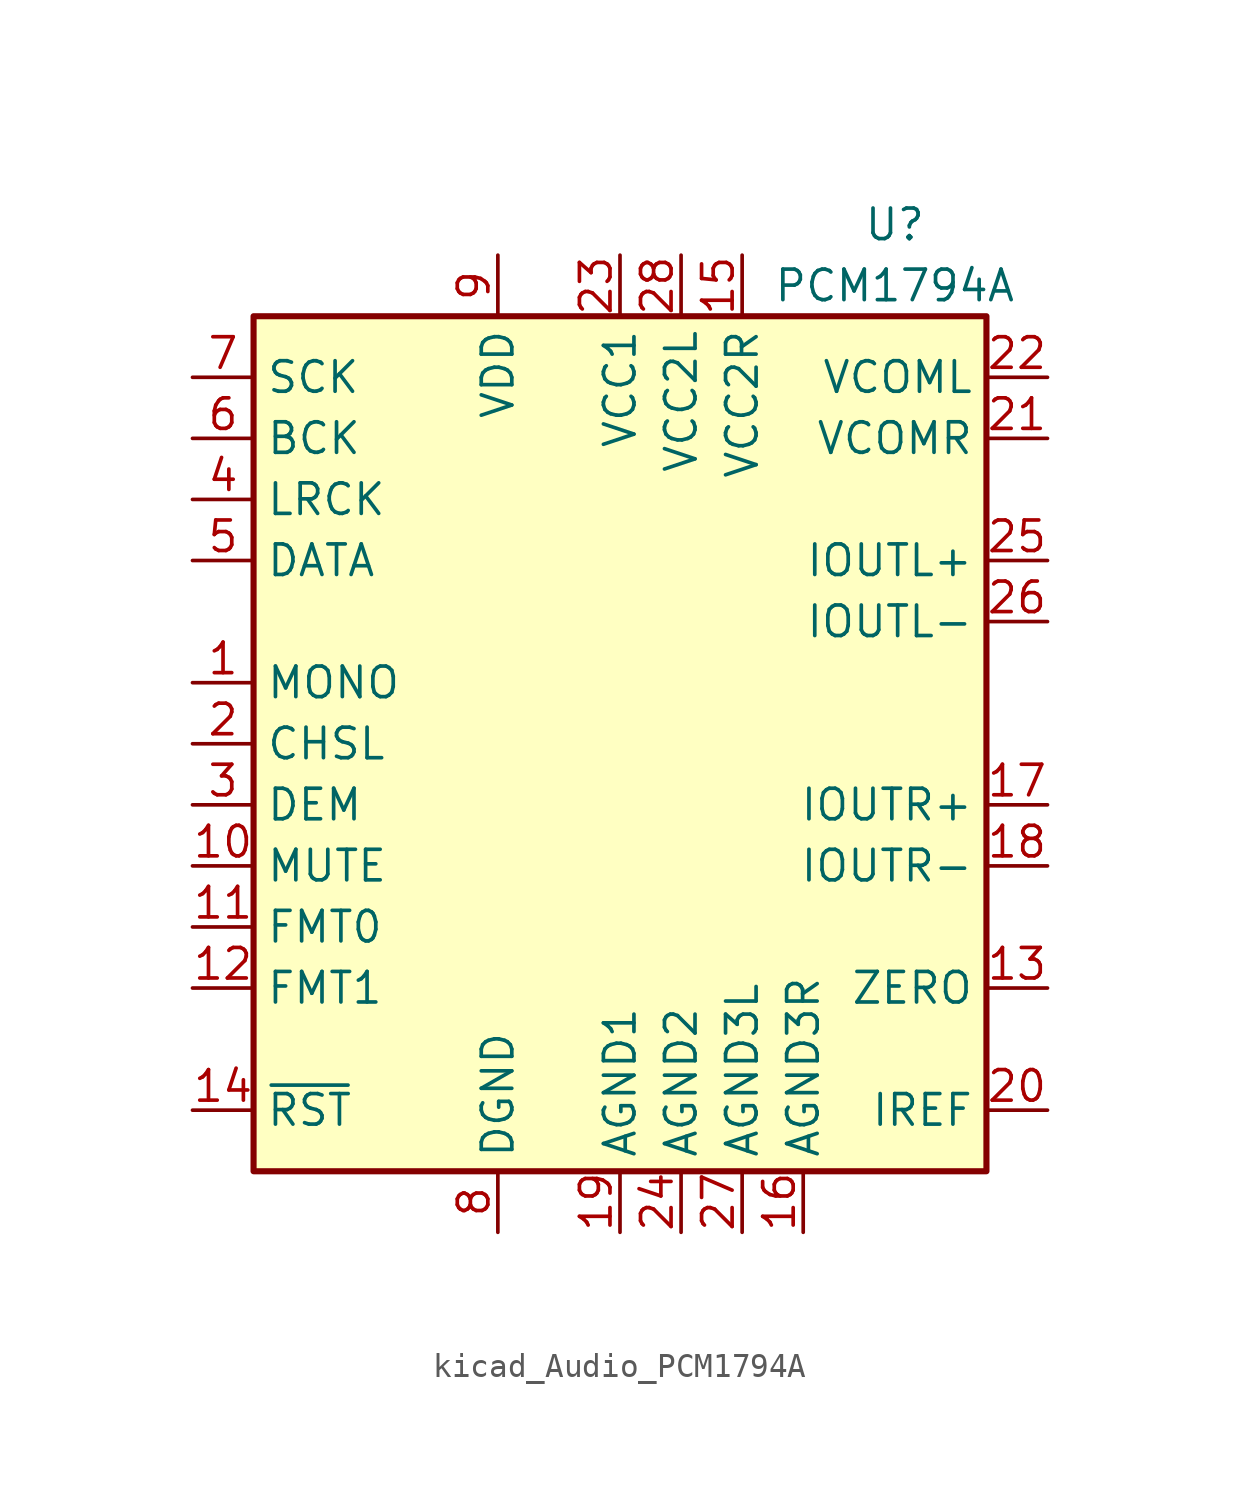
<source format=kicad_sym>
(kicad_symbol_lib
  (version 20220914)
  (generator kicad_symbol_editor)
  (symbol "kicad_Audio_PCM1794A"
    (property "Reference" "U"
      (at 11.43 21.59 0)
      (effects (font (size 1.27 1.27))))
    (property "Value" "PCM1794A"
      (at 11.43 19.05 0)
      (effects (font (size 1.27 1.27))))
    (symbol "kicad_Audio_PCM1794A_0_1"
      (rectangle (start -15.24 17.78) (end 15.24 -17.78) (stroke (width 0.254) (type default)) (fill (type background))))
    (symbol "kicad_Audio_PCM1794A_1_1"
      (pin input line (at -17.78 2.54 0) (length 2.54) (name "MONO" (effects (font (size 1.27 1.27)))) (number "1" (effects (font (size 1.27 1.27)))))
      (pin input line (at -17.78 -5.08 0) (length 2.54) (name "MUTE" (effects (font (size 1.27 1.27)))) (number "10" (effects (font (size 1.27 1.27)))))
      (pin input line (at -17.78 -7.62 0) (length 2.54) (name "FMT0" (effects (font (size 1.27 1.27)))) (number "11" (effects (font (size 1.27 1.27)))))
      (pin input line (at -17.78 -10.16 0) (length 2.54) (name "FMT1" (effects (font (size 1.27 1.27)))) (number "12" (effects (font (size 1.27 1.27)))))
      (pin open_collector line (at 17.78 -10.16 180) (length 2.54) (name "ZERO" (effects (font (size 1.27 1.27)))) (number "13" (effects (font (size 1.27 1.27)))))
      (pin input line (at -17.78 -15.24 0) (length 2.54) (name "~{RST}" (effects (font (size 1.27 1.27)))) (number "14" (effects (font (size 1.27 1.27)))))
      (pin power_in line (at 5.08 20.32 270) (length 2.54) (name "VCC2R" (effects (font (size 1.27 1.27)))) (number "15" (effects (font (size 1.27 1.27)))))
      (pin power_in line (at 7.62 -20.32 90) (length 2.54) (name "AGND3R" (effects (font (size 1.27 1.27)))) (number "16" (effects (font (size 1.27 1.27)))))
      (pin output line (at 17.78 -2.54 180) (length 2.54) (name "IOUTR+" (effects (font (size 1.27 1.27)))) (number "17" (effects (font (size 1.27 1.27)))))
      (pin output line (at 17.78 -5.08 180) (length 2.54) (name "IOUTR-" (effects (font (size 1.27 1.27)))) (number "18" (effects (font (size 1.27 1.27)))))
      (pin power_in line (at 0 -20.32 90) (length 2.54) (name "AGND1" (effects (font (size 1.27 1.27)))) (number "19" (effects (font (size 1.27 1.27)))))
      (pin input line (at -17.78 0 0) (length 2.54) (name "CHSL" (effects (font (size 1.27 1.27)))) (number "2" (effects (font (size 1.27 1.27)))))
      (pin passive line (at 17.78 -15.24 180) (length 2.54) (name "IREF" (effects (font (size 1.27 1.27)))) (number "20" (effects (font (size 1.27 1.27)))))
      (pin output line (at 17.78 12.7 180) (length 2.54) (name "VCOMR" (effects (font (size 1.27 1.27)))) (number "21" (effects (font (size 1.27 1.27)))))
      (pin passive line (at 17.78 15.24 180) (length 2.54) (name "VCOML" (effects (font (size 1.27 1.27)))) (number "22" (effects (font (size 1.27 1.27)))))
      (pin power_in line (at 0 20.32 270) (length 2.54) (name "VCC1" (effects (font (size 1.27 1.27)))) (number "23" (effects (font (size 1.27 1.27)))))
      (pin power_in line (at 2.54 -20.32 90) (length 2.54) (name "AGND2" (effects (font (size 1.27 1.27)))) (number "24" (effects (font (size 1.27 1.27)))))
      (pin output line (at 17.78 7.62 180) (length 2.54) (name "IOUTL+" (effects (font (size 1.27 1.27)))) (number "25" (effects (font (size 1.27 1.27)))))
      (pin output line (at 17.78 5.08 180) (length 2.54) (name "IOUTL-" (effects (font (size 1.27 1.27)))) (number "26" (effects (font (size 1.27 1.27)))))
      (pin power_in line (at 5.08 -20.32 90) (length 2.54) (name "AGND3L" (effects (font (size 1.27 1.27)))) (number "27" (effects (font (size 1.27 1.27)))))
      (pin power_in line (at 2.54 20.32 270) (length 2.54) (name "VCC2L" (effects (font (size 1.27 1.27)))) (number "28" (effects (font (size 1.27 1.27)))))
      (pin input line (at -17.78 -2.54 0) (length 2.54) (name "DEM" (effects (font (size 1.27 1.27)))) (number "3" (effects (font (size 1.27 1.27)))))
      (pin input line (at -17.78 10.16 0) (length 2.54) (name "LRCK" (effects (font (size 1.27 1.27)))) (number "4" (effects (font (size 1.27 1.27)))))
      (pin input line (at -17.78 7.62 0) (length 2.54) (name "DATA" (effects (font (size 1.27 1.27)))) (number "5" (effects (font (size 1.27 1.27)))))
      (pin input line (at -17.78 12.7 0) (length 2.54) (name "BCK" (effects (font (size 1.27 1.27)))) (number "6" (effects (font (size 1.27 1.27)))))
      (pin input line (at -17.78 15.24 0) (length 2.54) (name "SCK" (effects (font (size 1.27 1.27)))) (number "7" (effects (font (size 1.27 1.27)))))
      (pin power_in line (at -5.08 -20.32 90) (length 2.54) (name "DGND" (effects (font (size 1.27 1.27)))) (number "8" (effects (font (size 1.27 1.27)))))
      (pin power_in line (at -5.08 20.32 270) (length 2.54) (name "VDD" (effects (font (size 1.27 1.27)))) (number "9" (effects (font (size 1.27 1.27))))))))
</source>
